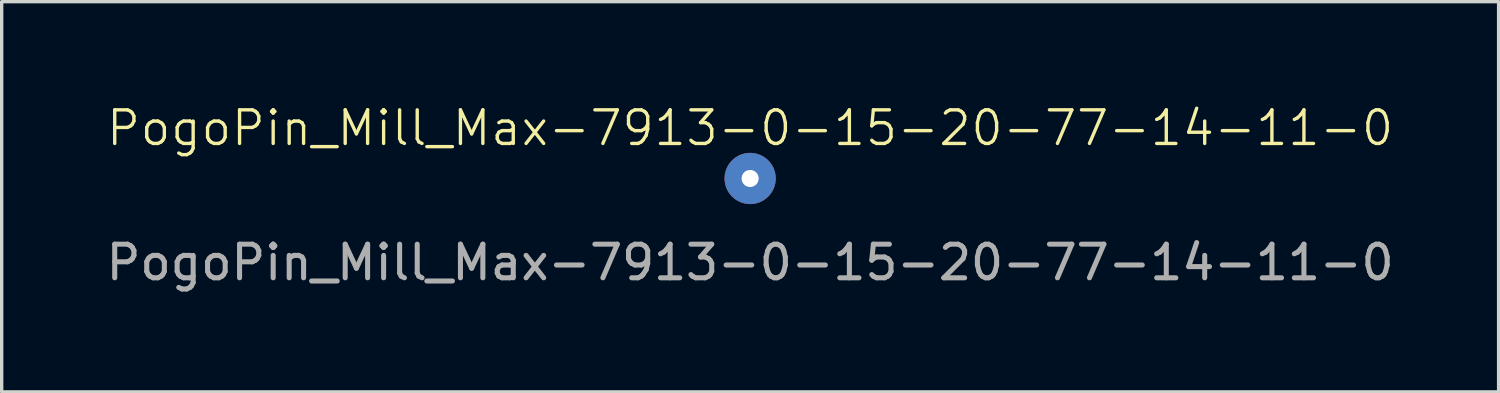
<source format=kicad_pcb>
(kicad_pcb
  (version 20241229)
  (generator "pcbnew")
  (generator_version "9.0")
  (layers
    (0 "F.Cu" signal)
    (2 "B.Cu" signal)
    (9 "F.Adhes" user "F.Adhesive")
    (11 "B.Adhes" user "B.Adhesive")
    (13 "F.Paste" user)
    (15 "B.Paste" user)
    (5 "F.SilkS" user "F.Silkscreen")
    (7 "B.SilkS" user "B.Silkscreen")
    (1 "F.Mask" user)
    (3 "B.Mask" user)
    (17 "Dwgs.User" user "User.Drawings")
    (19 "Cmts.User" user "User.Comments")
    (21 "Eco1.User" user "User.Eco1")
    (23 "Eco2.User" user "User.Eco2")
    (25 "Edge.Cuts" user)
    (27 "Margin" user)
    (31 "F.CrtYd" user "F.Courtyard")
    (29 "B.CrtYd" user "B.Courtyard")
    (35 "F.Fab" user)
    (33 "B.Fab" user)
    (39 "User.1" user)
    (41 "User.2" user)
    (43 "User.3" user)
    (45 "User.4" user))
  (footprint "PogoPin_Mill_Max-7913-0-15-20-77-14-11-0"
    (layer "F.Cu")
    (at 19.268 2.26)
    (property "Reference" "PogoPin_Mill_Max-7913-0-15-20-77-14-11-0" (at 0 -1.5 0) (unlocked yes) (layer "F.SilkS") (effects (font (size 1 1) (thickness 0.1))))
    (attr through_hole)
    (fp_text user "${REFERENCE}" (at 0 2.5 0) (unlocked yes) (layer "F.Fab") (effects (font (size 1 1) (thickness 0.15))))
    (pad "1" thru_hole circle (at 0 0) (size 1.524 1.524) (drill 0.508) (layers "*.Cu" "*.Mask")))
  (gr_rect
    (start -3 -3)
    (end 41.536 8.609)
    (stroke (width 0.1) (type default))
    (fill no)
    (layer "Edge.Cuts")))
</source>
